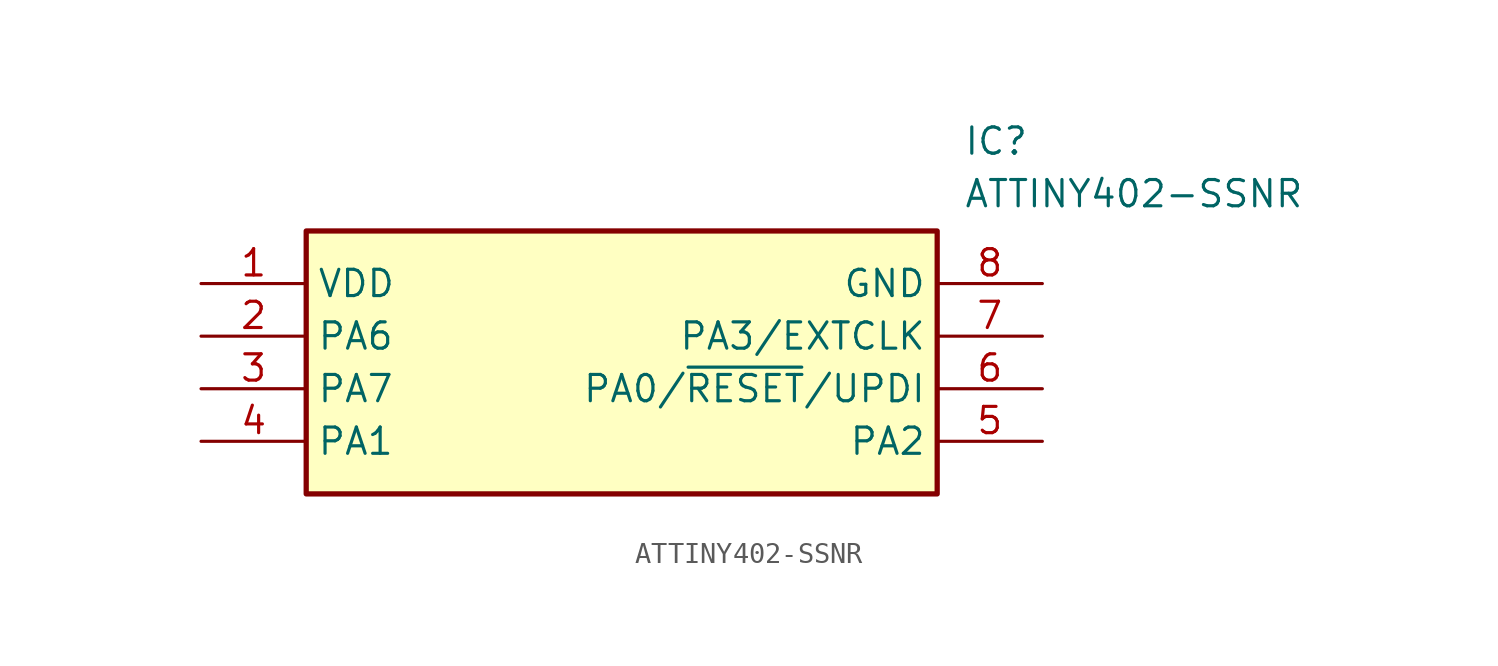
<source format=kicad_sym>
(kicad_symbol_lib
  (version 20211014)
  (generator SamacSys_ECAD_Model)
  (symbol "ATTINY402-SSNR"
    (property "Reference" "IC"
      (at 36.83 7.62 0)
      (effects (font (size 1.27 1.27)) (justify left top)))
    (property "Value" "ATTINY402-SSNR"
      (at 36.83 5.08 0)
      (effects (font (size 1.27 1.27)) (justify left top)))
    (rectangle
      (start 5.08 2.54)
      (end 35.56 -10.16)
      (stroke (width 0.254) (type default))
      (fill (type background)))
    (pin passive line
      (at 0 0 0)
      (length 5.08)
      (name "VDD" (effects (font (size 1.27 1.27))))
      (number "1" (effects (font (size 1.27 1.27)))))
    (pin passive line
      (at 0 -2.54 0)
      (length 5.08)
      (name "PA6" (effects (font (size 1.27 1.27))))
      (number "2" (effects (font (size 1.27 1.27)))))
    (pin passive line
      (at 0 -5.08 0)
      (length 5.08)
      (name "PA7" (effects (font (size 1.27 1.27))))
      (number "3" (effects (font (size 1.27 1.27)))))
    (pin passive line
      (at 0 -7.62 0)
      (length 5.08)
      (name "PA1" (effects (font (size 1.27 1.27))))
      (number "4" (effects (font (size 1.27 1.27)))))
    (pin passive line
      (at 40.64 0 180)
      (length 5.08)
      (name "GND" (effects (font (size 1.27 1.27))))
      (number "8" (effects (font (size 1.27 1.27)))))
    (pin passive line
      (at 40.64 -2.54 180)
      (length 5.08)
      (name "PA3/EXTCLK" (effects (font (size 1.27 1.27))))
      (number "7" (effects (font (size 1.27 1.27)))))
    (pin passive line
      (at 40.64 -5.08 180)
      (length 5.08)
      (name "PA0/~{RESET}/UPDI" (effects (font (size 1.27 1.27))))
      (number "6" (effects (font (size 1.27 1.27)))))
    (pin passive line
      (at 40.64 -7.62 180)
      (length 5.08)
      (name "PA2" (effects (font (size 1.27 1.27))))
      (number "5" (effects (font (size 1.27 1.27)))))))
</source>
